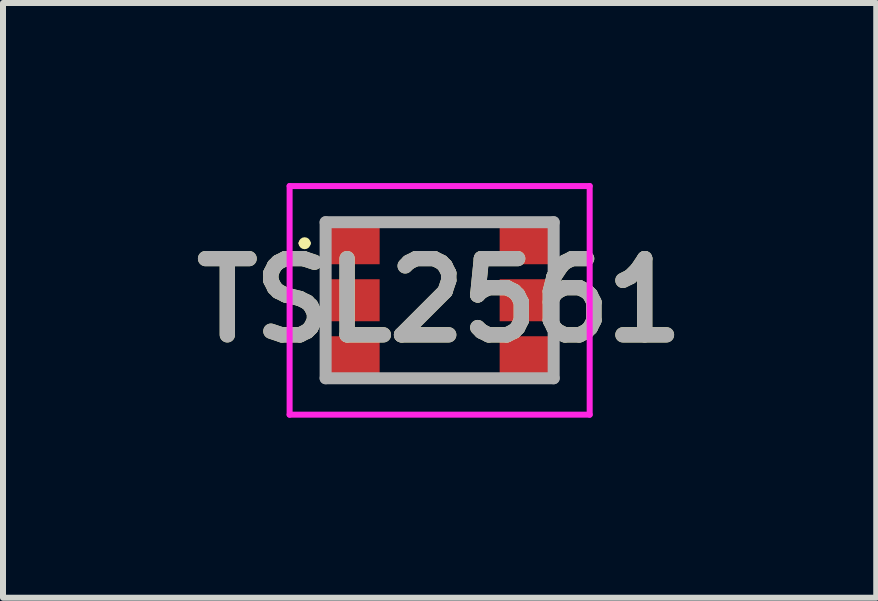
<source format=kicad_pcb>
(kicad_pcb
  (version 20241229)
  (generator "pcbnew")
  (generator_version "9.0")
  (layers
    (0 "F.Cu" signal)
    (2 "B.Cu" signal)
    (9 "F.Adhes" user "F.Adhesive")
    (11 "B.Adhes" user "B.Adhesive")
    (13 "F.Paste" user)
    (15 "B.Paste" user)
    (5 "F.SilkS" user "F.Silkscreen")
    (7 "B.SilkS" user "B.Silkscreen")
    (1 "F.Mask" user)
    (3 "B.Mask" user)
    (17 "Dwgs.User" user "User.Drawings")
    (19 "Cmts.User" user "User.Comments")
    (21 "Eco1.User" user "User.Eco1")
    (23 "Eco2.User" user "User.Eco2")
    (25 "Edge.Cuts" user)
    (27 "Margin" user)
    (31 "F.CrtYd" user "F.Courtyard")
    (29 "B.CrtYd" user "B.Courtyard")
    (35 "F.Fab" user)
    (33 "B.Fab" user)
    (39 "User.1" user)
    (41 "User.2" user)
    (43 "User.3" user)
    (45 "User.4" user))
  (footprint "TSL2561"
    (layer "F.Cu")
    (at 4.276 1.953)
    (property "Reference" "TSL2561" (at 0 0.002 0) (layer "F.SilkS") (effects (font (size 1.27 1.27) (thickness 0.254))))
    (attr smd)
    (fp_line (start -2.3 -0.95) (end -2.3 -0.95) (stroke (width 0.1) (type solid)) (layer "F.SilkS"))
    (fp_line (start -2.2 -0.95) (end -2.2 -0.95) (stroke (width 0.1) (type solid)) (layer "F.SilkS"))
    (fp_line (start -0.5 -1.3) (end 0.5 -1.303) (stroke (width 0.1) (type solid)) (layer "F.SilkS"))
    (fp_line (start -0.5 1.3) (end 0.5 1.307) (stroke (width 0.1) (type solid)) (layer "F.SilkS"))
    (fp_arc (start -2.3 -0.95) (mid -2.25 -1) (end -2.2 -0.95) (stroke (width 0.1) (type solid)) (layer "F.SilkS"))
    (fp_arc (start -2.2 -0.95) (mid -2.25 -0.9) (end -2.3 -0.95) (stroke (width 0.1) (type solid)) (layer "F.SilkS"))
    (fp_line (start -2.5 -1.903) (end 2.5 -1.903) (stroke (width 0.1) (type solid)) (layer "F.CrtYd"))
    (fp_line (start -2.5 1.907) (end -2.5 -1.903) (stroke (width 0.1) (type solid)) (layer "F.CrtYd"))
    (fp_line (start 2.5 -1.903) (end 2.5 1.907) (stroke (width 0.1) (type solid)) (layer "F.CrtYd"))
    (fp_line (start 2.5 1.907) (end -2.5 1.907) (stroke (width 0.1) (type solid)) (layer "F.CrtYd"))
    (fp_line (start -1.9 -1.3) (end 1.9 -1.3) (stroke (width 0.2) (type solid)) (layer "F.Fab"))
    (fp_line (start -1.9 1.3) (end -1.9 -1.3) (stroke (width 0.2) (type solid)) (layer "F.Fab"))
    (fp_line (start 1.9 -1.3) (end 1.9 1.3) (stroke (width 0.2) (type solid)) (layer "F.Fab"))
    (fp_line (start 1.9 1.3) (end -1.9 1.3) (stroke (width 0.2) (type solid)) (layer "F.Fab"))
    (fp_text user "${REFERENCE}" (at 0 0.002 0) (layer "F.Fab") (effects (font (size 1.27 1.27) (thickness 0.254))))
    (pad "1" smd rect (at -1.45 -0.95 90) (size 0.7 0.9) (layers "F.Cu" "F.Mask" "F.Paste"))
    (pad "2" smd rect (at -1.45 0 90) (size 0.7 0.9) (layers "F.Cu" "F.Mask" "F.Paste"))
    (pad "3" smd rect (at -1.45 0.95 90) (size 0.7 0.9) (layers "F.Cu" "F.Mask" "F.Paste"))
    (pad "4" smd rect (at 1.45 0.95 90) (size 0.7 0.9) (layers "F.Cu" "F.Mask" "F.Paste"))
    (pad "5" smd rect (at 1.45 0 90) (size 0.7 0.9) (layers "F.Cu" "F.Mask" "F.Paste"))
    (pad "6" smd rect (at 1.45 -0.95 90) (size 0.7 0.9) (layers "F.Cu" "F.Mask" "F.Paste")))
  (gr_rect
    (start -3 -3)
    (end 11.551 6.91)
    (stroke (width 0.1) (type default))
    (fill no)
    (layer "Edge.Cuts")))
</source>
